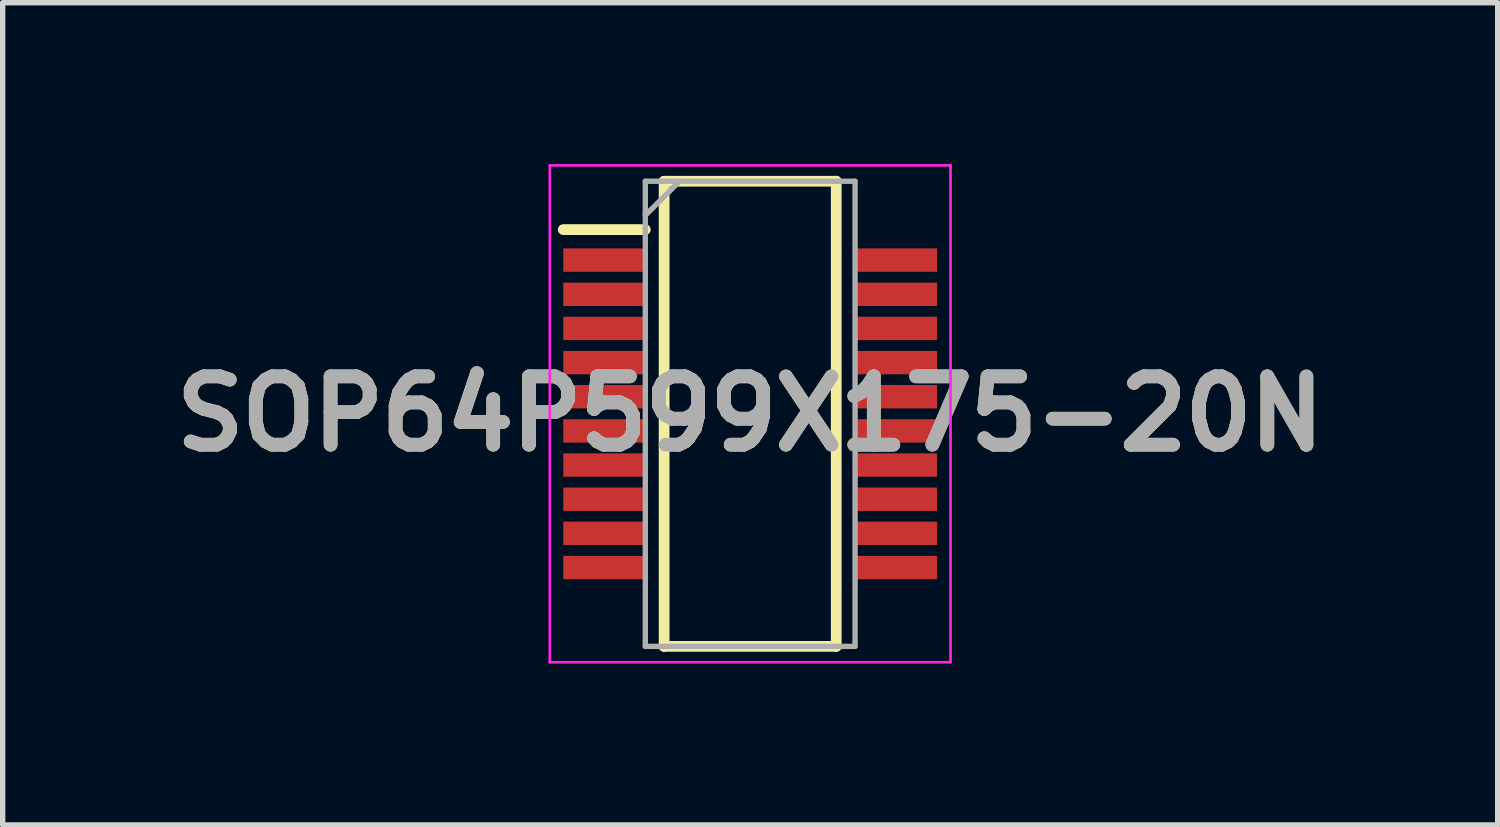
<source format=kicad_pcb>
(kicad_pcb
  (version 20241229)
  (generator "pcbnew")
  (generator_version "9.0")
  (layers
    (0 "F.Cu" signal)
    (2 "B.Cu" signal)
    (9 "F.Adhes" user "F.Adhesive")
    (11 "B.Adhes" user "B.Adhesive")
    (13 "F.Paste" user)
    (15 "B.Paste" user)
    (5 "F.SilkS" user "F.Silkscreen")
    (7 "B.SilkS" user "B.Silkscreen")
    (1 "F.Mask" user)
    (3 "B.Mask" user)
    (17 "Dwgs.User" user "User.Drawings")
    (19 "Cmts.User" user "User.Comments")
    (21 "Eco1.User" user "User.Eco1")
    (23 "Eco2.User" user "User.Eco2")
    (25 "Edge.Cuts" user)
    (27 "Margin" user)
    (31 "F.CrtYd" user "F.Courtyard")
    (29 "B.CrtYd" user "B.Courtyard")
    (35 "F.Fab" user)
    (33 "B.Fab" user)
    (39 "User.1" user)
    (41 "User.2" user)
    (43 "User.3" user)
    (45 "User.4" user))
  (footprint "SOP64P599X175-20N"
    (layer "F.Cu")
    (at 10.898 4.644)
    (property "Reference" "SOP64P599X175-20N" (at 0 0 0) (layer "F.SilkS") (effects (font (size 1.27 1.27) (thickness 0.254))))
    (attr smd)
    (fp_line (start -3.475 -3.425) (end -1.95 -3.425) (stroke (width 0.2) (type solid)) (layer "F.SilkS"))
    (fp_line (start -1.6 -4.324) (end 1.6 -4.324) (stroke (width 0.2) (type solid)) (layer "F.SilkS"))
    (fp_line (start -1.6 4.324) (end -1.6 -4.324) (stroke (width 0.2) (type solid)) (layer "F.SilkS"))
    (fp_line (start 1.6 -4.324) (end 1.6 4.324) (stroke (width 0.2) (type solid)) (layer "F.SilkS"))
    (fp_line (start 1.6 4.324) (end -1.6 4.324) (stroke (width 0.2) (type solid)) (layer "F.SilkS"))
    (fp_line (start -3.725 -4.619) (end 3.725 -4.619) (stroke (width 0.05) (type solid)) (layer "F.CrtYd"))
    (fp_line (start -3.725 4.619) (end -3.725 -4.619) (stroke (width 0.05) (type solid)) (layer "F.CrtYd"))
    (fp_line (start 3.725 -4.619) (end 3.725 4.619) (stroke (width 0.05) (type solid)) (layer "F.CrtYd"))
    (fp_line (start 3.725 4.619) (end -3.725 4.619) (stroke (width 0.05) (type solid)) (layer "F.CrtYd"))
    (fp_line (start -1.95 -4.324) (end 1.95 -4.324) (stroke (width 0.1) (type solid)) (layer "F.Fab"))
    (fp_line (start -1.95 -3.69) (end -1.314 -4.324) (stroke (width 0.1) (type solid)) (layer "F.Fab"))
    (fp_line (start -1.95 4.324) (end -1.95 -4.324) (stroke (width 0.1) (type solid)) (layer "F.Fab"))
    (fp_line (start 1.95 -4.324) (end 1.95 4.324) (stroke (width 0.1) (type solid)) (layer "F.Fab"))
    (fp_line (start 1.95 4.324) (end -1.95 4.324) (stroke (width 0.1) (type solid)) (layer "F.Fab"))
    (fp_text user "${REFERENCE}" (at 0 0 0) (layer "F.Fab") (effects (font (size 1.27 1.27) (thickness 0.254))))
    (pad "1" smd rect (at -2.712 -2.858 90) (size 0.435 1.526) (layers "F.Cu" "F.Mask" "F.Paste"))
    (pad "2" smd rect (at -2.712 -2.222 90) (size 0.435 1.526) (layers "F.Cu" "F.Mask" "F.Paste"))
    (pad "3" smd rect (at -2.712 -1.588 90) (size 0.435 1.526) (layers "F.Cu" "F.Mask" "F.Paste"))
    (pad "4" smd rect (at -2.712 -0.952 90) (size 0.435 1.526) (layers "F.Cu" "F.Mask" "F.Paste"))
    (pad "5" smd rect (at -2.712 -0.318 90) (size 0.435 1.526) (layers "F.Cu" "F.Mask" "F.Paste"))
    (pad "6" smd rect (at -2.712 0.318 90) (size 0.435 1.526) (layers "F.Cu" "F.Mask" "F.Paste"))
    (pad "7" smd rect (at -2.712 0.952 90) (size 0.435 1.526) (layers "F.Cu" "F.Mask" "F.Paste"))
    (pad "8" smd rect (at -2.712 1.588 90) (size 0.435 1.526) (layers "F.Cu" "F.Mask" "F.Paste"))
    (pad "9" smd rect (at -2.712 2.222 90) (size 0.435 1.526) (layers "F.Cu" "F.Mask" "F.Paste"))
    (pad "10" smd rect (at -2.712 2.858 90) (size 0.435 1.526) (layers "F.Cu" "F.Mask" "F.Paste"))
    (pad "11" smd rect (at 2.712 2.858 90) (size 0.435 1.526) (layers "F.Cu" "F.Mask" "F.Paste"))
    (pad "12" smd rect (at 2.712 2.222 90) (size 0.435 1.526) (layers "F.Cu" "F.Mask" "F.Paste"))
    (pad "13" smd rect (at 2.712 1.588 90) (size 0.435 1.526) (layers "F.Cu" "F.Mask" "F.Paste"))
    (pad "14" smd rect (at 2.712 0.952 90) (size 0.435 1.526) (layers "F.Cu" "F.Mask" "F.Paste"))
    (pad "15" smd rect (at 2.712 0.318 90) (size 0.435 1.526) (layers "F.Cu" "F.Mask" "F.Paste"))
    (pad "16" smd rect (at 2.712 -0.318 90) (size 0.435 1.526) (layers "F.Cu" "F.Mask" "F.Paste"))
    (pad "17" smd rect (at 2.712 -0.952 90) (size 0.435 1.526) (layers "F.Cu" "F.Mask" "F.Paste"))
    (pad "18" smd rect (at 2.712 -1.588 90) (size 0.435 1.526) (layers "F.Cu" "F.Mask" "F.Paste"))
    (pad "19" smd rect (at 2.712 -2.222 90) (size 0.435 1.526) (layers "F.Cu" "F.Mask" "F.Paste"))
    (pad "20" smd rect (at 2.712 -2.858 90) (size 0.435 1.526) (layers "F.Cu" "F.Mask" "F.Paste")))
  (gr_rect
    (start -3 -3)
    (end 24.796 12.288)
    (stroke (width 0.1) (type default))
    (fill no)
    (layer "Edge.Cuts")))
</source>
